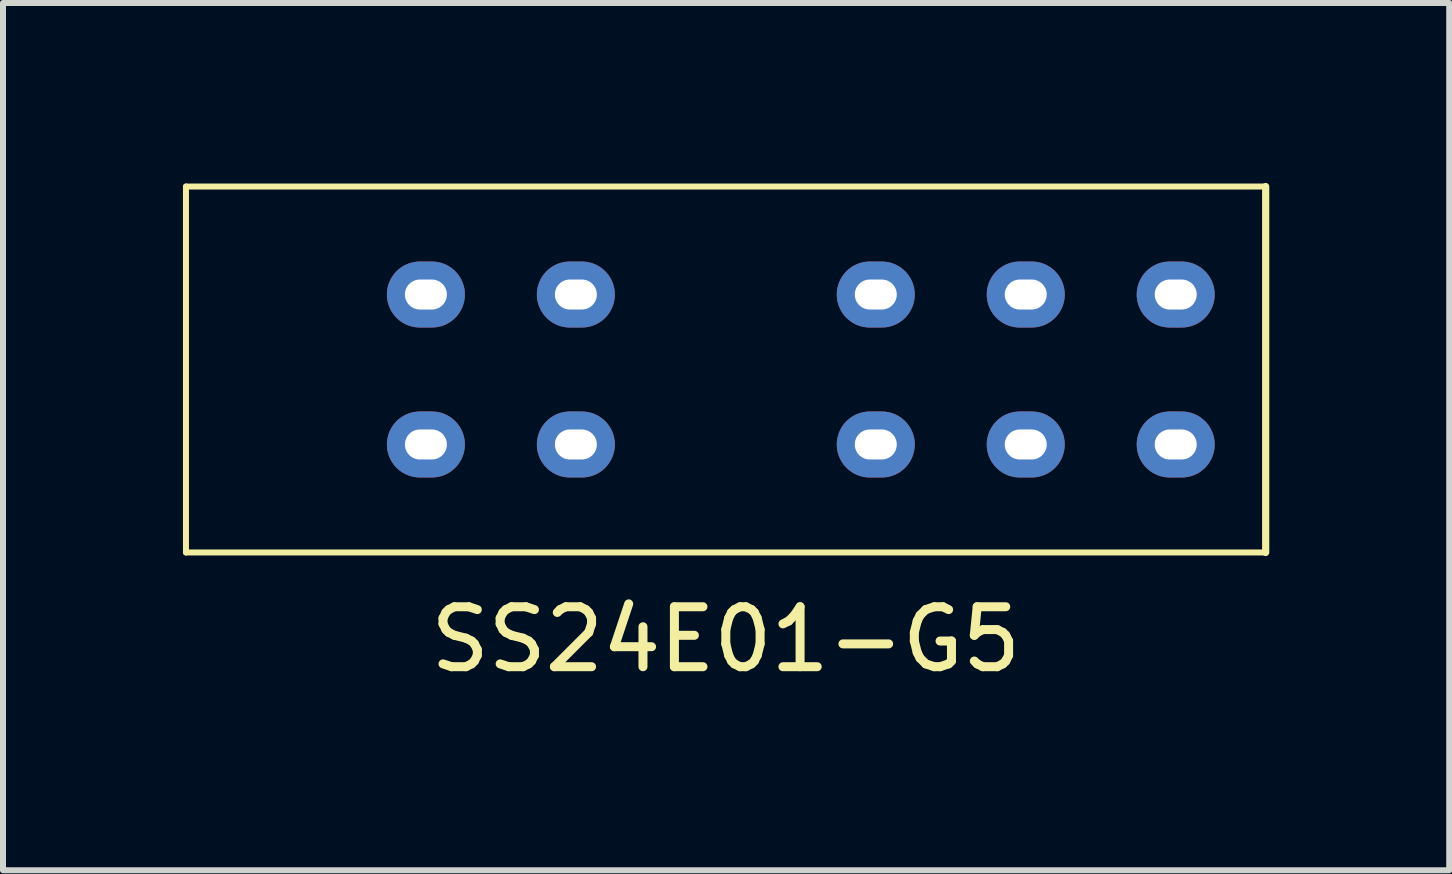
<source format=kicad_pcb>
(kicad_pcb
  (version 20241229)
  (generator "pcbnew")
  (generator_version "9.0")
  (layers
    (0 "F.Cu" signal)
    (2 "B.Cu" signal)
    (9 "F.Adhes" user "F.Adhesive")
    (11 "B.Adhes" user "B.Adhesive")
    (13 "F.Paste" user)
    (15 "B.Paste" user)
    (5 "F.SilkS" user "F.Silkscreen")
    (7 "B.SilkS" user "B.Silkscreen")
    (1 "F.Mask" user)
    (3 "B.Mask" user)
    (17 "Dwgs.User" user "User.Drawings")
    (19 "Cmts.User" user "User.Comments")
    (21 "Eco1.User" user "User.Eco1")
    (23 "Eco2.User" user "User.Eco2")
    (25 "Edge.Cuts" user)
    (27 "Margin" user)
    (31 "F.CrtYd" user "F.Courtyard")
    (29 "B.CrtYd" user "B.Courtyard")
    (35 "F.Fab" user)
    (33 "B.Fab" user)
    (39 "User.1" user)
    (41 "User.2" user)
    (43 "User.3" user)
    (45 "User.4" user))
  (footprint "SS24E01-G5"
    (layer "F.Cu")
    (at 9.05 3.11)
    (property "Reference" "SS24E01-G5" (at 0 4.5 0) (layer "F.SilkS") (effects (font (size 1 1) (thickness 0.15))))
    (attr through_hole)
    (fp_line (start -9 -3.05) (end 9 -3.05) (stroke (width 0.1) (type solid)) (layer "F.SilkS"))
    (fp_line (start -9 3.05) (end -9 -3.05) (stroke (width 0.1) (type solid)) (layer "F.SilkS"))
    (fp_line (start 9 -3.05) (end 9 3.05) (stroke (width 0.12) (type solid)) (layer "F.SilkS"))
    (fp_line (start 9 3.05) (end -9 3.05) (stroke (width 0.1) (type solid)) (layer "F.SilkS"))
    (pad "1" thru_hole oval (at -5 -1.25) (size 1.3 1.1) (drill oval 0.7 0.5) (layers "*.Cu" "*.Mask"))
    (pad "2" thru_hole oval (at -2.5 -1.25) (size 1.3 1.1) (drill oval 0.7 0.5) (layers "*.Cu" "*.Mask"))
    (pad "3" thru_hole oval (at 2.5 -1.25) (size 1.3 1.1) (drill oval 0.7 0.5) (layers "*.Cu" "*.Mask"))
    (pad "4" thru_hole oval (at 5 -1.25) (size 1.3 1.1) (drill oval 0.7 0.5) (layers "*.Cu" "*.Mask"))
    (pad "5" thru_hole oval (at 7.5 -1.25) (size 1.3 1.1) (drill oval 0.7 0.5) (layers "*.Cu" "*.Mask"))
    (pad "6" thru_hole oval (at -5 1.25) (size 1.3 1.1) (drill oval 0.7 0.5) (layers "*.Cu" "*.Mask"))
    (pad "7" thru_hole oval (at -2.5 1.25) (size 1.3 1.1) (drill oval 0.7 0.5) (layers "*.Cu" "*.Mask"))
    (pad "8" thru_hole oval (at 2.5 1.25) (size 1.3 1.1) (drill oval 0.7 0.5) (layers "*.Cu" "*.Mask"))
    (pad "9" thru_hole oval (at 5 1.25) (size 1.3 1.1) (drill oval 0.7 0.5) (layers "*.Cu" "*.Mask"))
    (pad "10" thru_hole oval (at 7.5 1.25) (size 1.3 1.1) (drill oval 0.7 0.5) (layers "*.Cu" "*.Mask")))
  (gr_rect
    (start -3 -3)
    (end 21.11 11.458)
    (stroke (width 0.1) (type default))
    (fill no)
    (layer "Edge.Cuts")))
</source>
